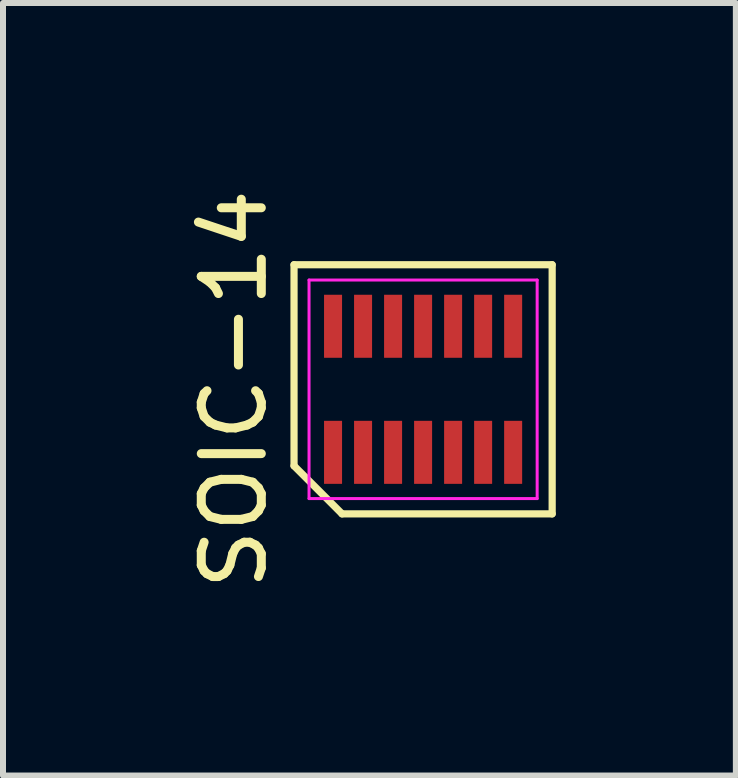
<source format=kicad_pcb>
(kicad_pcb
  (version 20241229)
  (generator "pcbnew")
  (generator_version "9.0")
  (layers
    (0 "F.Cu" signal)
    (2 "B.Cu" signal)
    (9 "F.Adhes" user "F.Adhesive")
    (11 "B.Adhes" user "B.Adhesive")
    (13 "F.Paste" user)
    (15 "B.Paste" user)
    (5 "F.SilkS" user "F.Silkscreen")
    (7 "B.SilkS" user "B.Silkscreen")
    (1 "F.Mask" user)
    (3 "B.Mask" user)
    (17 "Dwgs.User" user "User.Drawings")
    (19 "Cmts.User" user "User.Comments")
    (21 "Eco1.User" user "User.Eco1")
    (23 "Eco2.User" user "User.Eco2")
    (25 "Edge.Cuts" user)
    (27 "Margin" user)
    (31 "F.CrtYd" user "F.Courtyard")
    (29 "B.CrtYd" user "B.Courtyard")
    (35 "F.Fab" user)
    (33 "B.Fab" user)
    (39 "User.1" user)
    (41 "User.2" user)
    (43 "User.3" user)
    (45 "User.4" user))
  (footprint "SOIC-14"
    (layer "F.Cu")
    (at 3.998 3.435)
    (property "Reference" "SOIC-14" (at -3.15 0 90) (unlocked yes) (layer "F.SilkS") (effects (font (size 1 1) (thickness 0.15))))
    (attr smd)
    (fp_line (start -2.15 -2.075) (end 2.15 -2.075) (stroke (width 0.12) (type default)) (layer "F.SilkS"))
    (fp_line (start -2.15 1.275) (end -2.15 -2.075) (stroke (width 0.12) (type default)) (layer "F.SilkS"))
    (fp_line (start -1.35 2.075) (end -2.15 1.275) (stroke (width 0.12) (type default)) (layer "F.SilkS"))
    (fp_line (start 2.15 -2.075) (end 2.15 2.075) (stroke (width 0.12) (type default)) (layer "F.SilkS"))
    (fp_line (start 2.15 2.075) (end -1.35 2.075) (stroke (width 0.12) (type default)) (layer "F.SilkS"))
    (fp_line (start -1.9 -1.82) (end 1.9 -1.82) (stroke (width 0.05) (type default)) (layer "F.CrtYd"))
    (fp_line (start -1.9 1.82) (end -1.9 -1.82) (stroke (width 0.05) (type default)) (layer "F.CrtYd"))
    (fp_line (start 1.9 -1.82) (end 1.9 1.82) (stroke (width 0.05) (type default)) (layer "F.CrtYd"))
    (fp_line (start 1.9 1.82) (end -1.9 1.82) (stroke (width 0.05) (type default)) (layer "F.CrtYd"))
    (pad "1" smd rect (at -1.5 1.05) (size 0.3 1.05) (layers "F.Cu" "F.Mask" "F.Paste"))
    (pad "2" smd rect (at -1 1.05) (size 0.3 1.05) (layers "F.Cu" "F.Mask" "F.Paste"))
    (pad "3" smd rect (at -0.5 1.05) (size 0.3 1.05) (layers "F.Cu" "F.Mask" "F.Paste"))
    (pad "4" smd rect (at 0 1.05) (size 0.3 1.05) (layers "F.Cu" "F.Mask" "F.Paste"))
    (pad "5" smd rect (at 0.5 1.05) (size 0.3 1.05) (layers "F.Cu" "F.Mask" "F.Paste"))
    (pad "6" smd rect (at 1 1.05) (size 0.3 1.05) (layers "F.Cu" "F.Mask" "F.Paste"))
    (pad "7" smd rect (at 1.5 1.05) (size 0.3 1.05) (layers "F.Cu" "F.Mask" "F.Paste"))
    (pad "8" smd rect (at 1.5 -1.05) (size 0.3 1.05) (layers "F.Cu" "F.Mask" "F.Paste"))
    (pad "9" smd rect (at 1 -1.05) (size 0.3 1.05) (layers "F.Cu" "F.Mask" "F.Paste"))
    (pad "10" smd rect (at 0.5 -1.05) (size 0.3 1.05) (layers "F.Cu" "F.Mask" "F.Paste"))
    (pad "11" smd rect (at 0 -1.05) (size 0.3 1.05) (layers "F.Cu" "F.Mask" "F.Paste"))
    (pad "12" smd rect (at -0.5 -1.05) (size 0.3 1.05) (layers "F.Cu" "F.Mask" "F.Paste"))
    (pad "13" smd rect (at -1 -1.05) (size 0.3 1.05) (layers "F.Cu" "F.Mask" "F.Paste"))
    (pad "14" smd rect (at -1.5 -1.05) (size 0.3 1.05) (layers "F.Cu" "F.Mask" "F.Paste")))
  (gr_rect
    (start -3 -3)
    (end 9.208 9.869)
    (stroke (width 0.1) (type default))
    (fill no)
    (layer "Edge.Cuts")))
</source>
